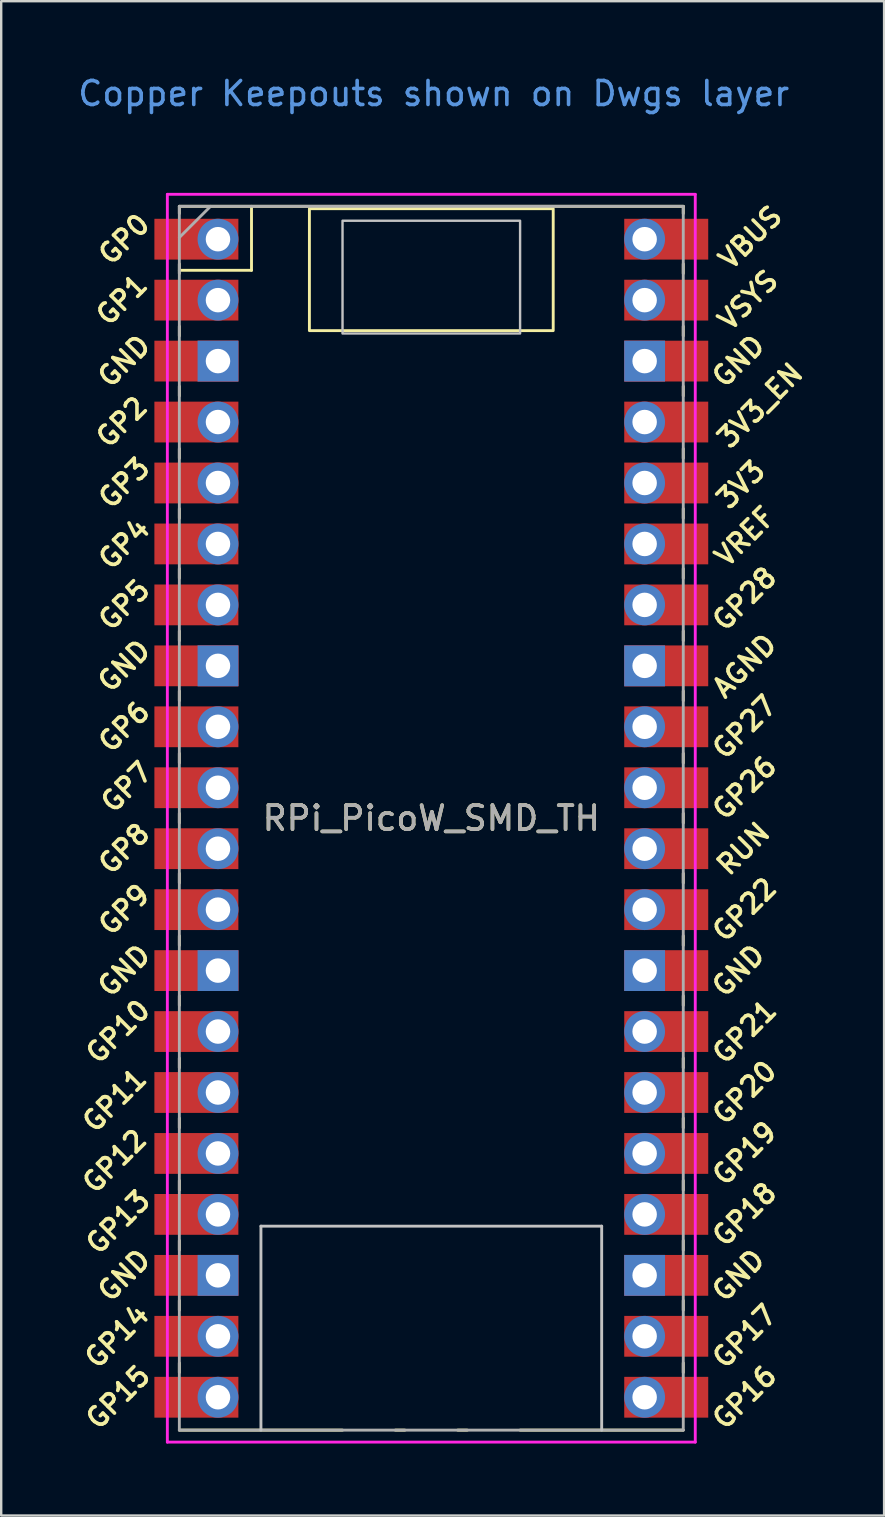
<source format=kicad_pcb>
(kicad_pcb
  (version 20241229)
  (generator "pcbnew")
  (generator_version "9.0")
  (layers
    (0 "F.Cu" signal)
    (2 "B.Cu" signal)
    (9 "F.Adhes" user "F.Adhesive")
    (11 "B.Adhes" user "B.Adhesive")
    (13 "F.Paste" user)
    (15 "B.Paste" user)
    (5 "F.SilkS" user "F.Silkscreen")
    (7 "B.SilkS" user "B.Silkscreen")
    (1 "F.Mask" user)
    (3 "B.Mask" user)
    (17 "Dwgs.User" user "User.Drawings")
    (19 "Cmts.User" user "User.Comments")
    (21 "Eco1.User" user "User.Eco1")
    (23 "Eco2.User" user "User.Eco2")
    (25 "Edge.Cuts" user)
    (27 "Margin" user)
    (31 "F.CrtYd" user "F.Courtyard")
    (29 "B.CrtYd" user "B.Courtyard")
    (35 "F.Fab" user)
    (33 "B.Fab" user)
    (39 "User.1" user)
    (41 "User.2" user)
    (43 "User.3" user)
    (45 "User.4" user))
  (footprint "RPi_PicoW_SMD_TH"
    (layer "F.Cu")
    (at 14.924 31.048)
    (property "Reference" "RPi_PicoW_SMD_TH" (at 0 0 0) (layer "F.SilkS") (effects (font (size 1 1) (thickness 0.15))))
    (attr through_hole)
    (fp_line (start -10.5 -25.5) (end -10.5 -25.2) (stroke (width 0.12) (type solid)) (layer "F.SilkS"))
    (fp_line (start -10.5 -25.5) (end 10.5 -25.5) (stroke (width 0.12) (type solid)) (layer "F.SilkS"))
    (fp_line (start -10.5 -23.1) (end -10.5 -22.7) (stroke (width 0.12) (type solid)) (layer "F.SilkS"))
    (fp_line (start -10.5 -22.833) (end -7.493 -22.833) (stroke (width 0.12) (type solid)) (layer "F.SilkS"))
    (fp_line (start -10.5 -20.5) (end -10.5 -20.1) (stroke (width 0.12) (type solid)) (layer "F.SilkS"))
    (fp_line (start -10.5 -18) (end -10.5 -17.6) (stroke (width 0.12) (type solid)) (layer "F.SilkS"))
    (fp_line (start -10.5 -15.4) (end -10.5 -15) (stroke (width 0.12) (type solid)) (layer "F.SilkS"))
    (fp_line (start -10.5 -12.9) (end -10.5 -12.5) (stroke (width 0.12) (type solid)) (layer "F.SilkS"))
    (fp_line (start -10.5 -10.4) (end -10.5 -10) (stroke (width 0.12) (type solid)) (layer "F.SilkS"))
    (fp_line (start -10.5 -7.8) (end -10.5 -7.4) (stroke (width 0.12) (type solid)) (layer "F.SilkS"))
    (fp_line (start -10.5 -5.3) (end -10.5 -4.9) (stroke (width 0.12) (type solid)) (layer "F.SilkS"))
    (fp_line (start -10.5 -2.7) (end -10.5 -2.3) (stroke (width 0.12) (type solid)) (layer "F.SilkS"))
    (fp_line (start -10.5 -0.2) (end -10.5 0.2) (stroke (width 0.12) (type solid)) (layer "F.SilkS"))
    (fp_line (start -10.5 2.3) (end -10.5 2.7) (stroke (width 0.12) (type solid)) (layer "F.SilkS"))
    (fp_line (start -10.5 4.9) (end -10.5 5.3) (stroke (width 0.12) (type solid)) (layer "F.SilkS"))
    (fp_line (start -10.5 7.4) (end -10.5 7.8) (stroke (width 0.12) (type solid)) (layer "F.SilkS"))
    (fp_line (start -10.5 10) (end -10.5 10.4) (stroke (width 0.12) (type solid)) (layer "F.SilkS"))
    (fp_line (start -10.5 12.5) (end -10.5 12.9) (stroke (width 0.12) (type solid)) (layer "F.SilkS"))
    (fp_line (start -10.5 15.1) (end -10.5 15.5) (stroke (width 0.12) (type solid)) (layer "F.SilkS"))
    (fp_line (start -10.5 17.6) (end -10.5 18) (stroke (width 0.12) (type solid)) (layer "F.SilkS"))
    (fp_line (start -10.5 20.1) (end -10.5 20.5) (stroke (width 0.12) (type solid)) (layer "F.SilkS"))
    (fp_line (start -10.5 22.7) (end -10.5 23.1) (stroke (width 0.12) (type solid)) (layer "F.SilkS"))
    (fp_line (start -7.493 -22.833) (end -7.493 -25.5) (stroke (width 0.12) (type solid)) (layer "F.SilkS"))
    (fp_line (start -3.7 25.5) (end -10.5 25.5) (stroke (width 0.12) (type solid)) (layer "F.SilkS"))
    (fp_line (start -1.5 25.5) (end -1.1 25.5) (stroke (width 0.12) (type solid)) (layer "F.SilkS"))
    (fp_line (start 1.1 25.5) (end 1.5 25.5) (stroke (width 0.12) (type solid)) (layer "F.SilkS"))
    (fp_line (start 10.5 -25.5) (end 10.5 -25.2) (stroke (width 0.12) (type solid)) (layer "F.SilkS"))
    (fp_line (start 10.5 -23.1) (end 10.5 -22.7) (stroke (width 0.12) (type solid)) (layer "F.SilkS"))
    (fp_line (start 10.5 -20.5) (end 10.5 -20.1) (stroke (width 0.12) (type solid)) (layer "F.SilkS"))
    (fp_line (start 10.5 -18) (end 10.5 -17.6) (stroke (width 0.12) (type solid)) (layer "F.SilkS"))
    (fp_line (start 10.5 -15.4) (end 10.5 -15) (stroke (width 0.12) (type solid)) (layer "F.SilkS"))
    (fp_line (start 10.5 -12.9) (end 10.5 -12.5) (stroke (width 0.12) (type solid)) (layer "F.SilkS"))
    (fp_line (start 10.5 -10.4) (end 10.5 -10) (stroke (width 0.12) (type solid)) (layer "F.SilkS"))
    (fp_line (start 10.5 -7.8) (end 10.5 -7.4) (stroke (width 0.12) (type solid)) (layer "F.SilkS"))
    (fp_line (start 10.5 -5.3) (end 10.5 -4.9) (stroke (width 0.12) (type solid)) (layer "F.SilkS"))
    (fp_line (start 10.5 -2.7) (end 10.5 -2.3) (stroke (width 0.12) (type solid)) (layer "F.SilkS"))
    (fp_line (start 10.5 -0.2) (end 10.5 0.2) (stroke (width 0.12) (type solid)) (layer "F.SilkS"))
    (fp_line (start 10.5 2.3) (end 10.5 2.7) (stroke (width 0.12) (type solid)) (layer "F.SilkS"))
    (fp_line (start 10.5 4.9) (end 10.5 5.3) (stroke (width 0.12) (type solid)) (layer "F.SilkS"))
    (fp_line (start 10.5 7.4) (end 10.5 7.8) (stroke (width 0.12) (type solid)) (layer "F.SilkS"))
    (fp_line (start 10.5 10) (end 10.5 10.4) (stroke (width 0.12) (type solid)) (layer "F.SilkS"))
    (fp_line (start 10.5 12.5) (end 10.5 12.9) (stroke (width 0.12) (type solid)) (layer "F.SilkS"))
    (fp_line (start 10.5 15.1) (end 10.5 15.5) (stroke (width 0.12) (type solid)) (layer "F.SilkS"))
    (fp_line (start 10.5 17.6) (end 10.5 18) (stroke (width 0.12) (type solid)) (layer "F.SilkS"))
    (fp_line (start 10.5 20.1) (end 10.5 20.5) (stroke (width 0.12) (type solid)) (layer "F.SilkS"))
    (fp_line (start 10.5 22.7) (end 10.5 23.1) (stroke (width 0.12) (type solid)) (layer "F.SilkS"))
    (fp_line (start 10.5 25.5) (end 3.7 25.5) (stroke (width 0.12) (type solid)) (layer "F.SilkS"))
    (fp_rect (start -5.08 -20.32) (end 5.08 -25.4) (stroke (width 0.12) (type solid)) (fill no) (layer "F.SilkS"))
    (fp_line (start -7.1 17) (end 7.1 17) (stroke (width 0.12) (type solid)) (layer "Dwgs.User"))
    (fp_line (start -7.1 25.5) (end -7.1 17) (stroke (width 0.12) (type solid)) (layer "Dwgs.User"))
    (fp_line (start 7.1 17) (end 7.1 25.5) (stroke (width 0.12) (type solid)) (layer "Dwgs.User"))
    (fp_poly (pts (xy 3.7 -20.2) (xy -3.7 -20.2) (xy -3.7 -24.9) (xy 3.7 -24.9)) (stroke (width 0.1) (type solid)) (fill no) (layer "Dwgs.User"))
    (fp_line (start -11 -26) (end 11 -26) (stroke (width 0.12) (type solid)) (layer "F.CrtYd"))
    (fp_line (start -11 26) (end -11 -26) (stroke (width 0.12) (type solid)) (layer "F.CrtYd"))
    (fp_line (start 11 -26) (end 11 26) (stroke (width 0.12) (type solid)) (layer "F.CrtYd"))
    (fp_line (start 11 26) (end -11 26) (stroke (width 0.12) (type solid)) (layer "F.CrtYd"))
    (fp_line (start -10.5 -25.5) (end 10.5 -25.5) (stroke (width 0.12) (type solid)) (layer "F.Fab"))
    (fp_line (start -10.5 -24.2) (end -9.2 -25.5) (stroke (width 0.12) (type solid)) (layer "F.Fab"))
    (fp_line (start -10.5 25.5) (end -10.5 -25.5) (stroke (width 0.12) (type solid)) (layer "F.Fab"))
    (fp_line (start 10.5 -25.5) (end 10.5 25.5) (stroke (width 0.12) (type solid)) (layer "F.Fab"))
    (fp_line (start 10.5 25.5) (end -10.5 25.5) (stroke (width 0.12) (type solid)) (layer "F.Fab"))
    (fp_text user "GP17" (at 13.054 21.59 45) (layer "F.SilkS") (effects (font (size 0.8 0.8) (thickness 0.15))))
    (fp_text user "GP7" (at -12.7 -1.3 45) (layer "F.SilkS") (effects (font (size 0.8 0.8) (thickness 0.15))))
    (fp_text user "GP0" (at -12.8 -24.13 45) (layer "F.SilkS") (effects (font (size 0.8 0.8) (thickness 0.15))))
    (fp_text user "GP26" (at 13.054 -1.27 45) (layer "F.SilkS") (effects (font (size 0.8 0.8) (thickness 0.15))))
    (fp_text user "GP6" (at -12.8 -3.81 45) (layer "F.SilkS") (effects (font (size 0.8 0.8) (thickness 0.15))))
    (fp_text user "GP27" (at 13.054 -3.8 45) (layer "F.SilkS") (effects (font (size 0.8 0.8) (thickness 0.15))))
    (fp_text user "VREF" (at 13.068 -11.742 45) (layer "F.SilkS") (effects (font (size 0.8 0.8) (thickness 0.15))))
    (fp_text user "GND" (at -12.8 -19.05 45) (layer "F.SilkS") (effects (font (size 0.8 0.8) (thickness 0.15))))
    (fp_text user "GND" (at -12.8 -6.35 45) (layer "F.SilkS") (effects (font (size 0.8 0.8) (thickness 0.15))))
    (fp_text user "GND" (at 12.8 -19.05 45) (layer "F.SilkS") (effects (font (size 0.8 0.8) (thickness 0.15))))
    (fp_text user "GP12" (at -13.2 14.293 45) (layer "F.SilkS") (effects (font (size 0.8 0.8) (thickness 0.15))))
    (fp_text user "GP22" (at 13.054 3.81 45) (layer "F.SilkS") (effects (font (size 0.8 0.8) (thickness 0.15))))
    (fp_text user "GP18" (at 13.054 16.51 45) (layer "F.SilkS") (effects (font (size 0.8 0.8) (thickness 0.15))))
    (fp_text user "VSYS" (at 13.2 -21.59 45) (layer "F.SilkS") (effects (font (size 0.8 0.8) (thickness 0.15))))
    (fp_text user "GND" (at -12.8 6.35 45) (layer "F.SilkS") (effects (font (size 0.8 0.8) (thickness 0.15))))
    (fp_text user "AGND" (at 13.054 -6.35 45) (layer "F.SilkS") (effects (font (size 0.8 0.8) (thickness 0.15))))
    (fp_text user "GP4" (at -12.8 -11.43 45) (layer "F.SilkS") (effects (font (size 0.8 0.8) (thickness 0.15))))
    (fp_text user "VBUS" (at 13.3 -24.2 45) (layer "F.SilkS") (effects (font (size 0.8 0.8) (thickness 0.15))))
    (fp_text user "GP15" (at -13.054 24.13 45) (layer "F.SilkS") (effects (font (size 0.8 0.8) (thickness 0.15))))
    (fp_text user "GND" (at 12.8 6.35 45) (layer "F.SilkS") (effects (font (size 0.8 0.8) (thickness 0.15))))
    (fp_text user "GP20" (at 13.054 11.43 45) (layer "F.SilkS") (effects (font (size 0.8 0.8) (thickness 0.15))))
    (fp_text user "GP5" (at -12.8 -8.89 45) (layer "F.SilkS") (effects (font (size 0.8 0.8) (thickness 0.15))))
    (fp_text user "3V3_EN" (at 13.7 -17.2 45) (layer "F.SilkS") (effects (font (size 0.8 0.8) (thickness 0.15))))
    (fp_text user "GP10" (at -13.054 8.89 45) (layer "F.SilkS") (effects (font (size 0.8 0.8) (thickness 0.15))))
    (fp_text user "GP8" (at -12.8 1.27 45) (layer "F.SilkS") (effects (font (size 0.8 0.8) (thickness 0.15))))
    (fp_text user "GP9" (at -12.8 3.81 45) (layer "F.SilkS") (effects (font (size 0.8 0.8) (thickness 0.15))))
    (fp_text user "RUN" (at 13 1.27 45) (layer "F.SilkS") (effects (font (size 0.8 0.8) (thickness 0.15))))
    (fp_text user "GP21" (at 13.054 8.9 45) (layer "F.SilkS") (effects (font (size 0.8 0.8) (thickness 0.15))))
    (fp_text user "GP2" (at -12.9 -16.51 45) (layer "F.SilkS") (effects (font (size 0.8 0.8) (thickness 0.15))))
    (fp_text user "GP16" (at 13.054 24.13 45) (layer "F.SilkS") (effects (font (size 0.8 0.8) (thickness 0.15))))
    (fp_text user "GP11" (at -13.2 11.752 45) (layer "F.SilkS") (effects (font (size 0.8 0.8) (thickness 0.15))))
    (fp_text user "GP14" (at -13.1 21.59 45) (layer "F.SilkS") (effects (font (size 0.8 0.8) (thickness 0.15))))
    (fp_text user "GP28" (at 13.054 -9.144 45) (layer "F.SilkS") (effects (font (size 0.8 0.8) (thickness 0.15))))
    (fp_text user "3V3" (at 12.9 -13.9 45) (layer "F.SilkS") (effects (font (size 0.8 0.8) (thickness 0.15))))
    (fp_text user "GP19" (at 13.054 13.97 45) (layer "F.SilkS") (effects (font (size 0.8 0.8) (thickness 0.15))))
    (fp_text user "GND" (at -12.8 19.05 45) (layer "F.SilkS") (effects (font (size 0.8 0.8) (thickness 0.15))))
    (fp_text user "GP1" (at -12.9 -21.6 45) (layer "F.SilkS") (effects (font (size 0.8 0.8) (thickness 0.15))))
    (fp_text user "GND" (at 12.8 19.05 45) (layer "F.SilkS") (effects (font (size 0.8 0.8) (thickness 0.15))))
    (fp_text user "GP3" (at -12.8 -13.97 45) (layer "F.SilkS") (effects (font (size 0.8 0.8) (thickness 0.15))))
    (fp_text user "GP13" (at -13.054 16.832 45) (layer "F.SilkS") (effects (font (size 0.8 0.8) (thickness 0.15))))
    (fp_text user "Copper Keepouts shown on Dwgs layer" (at 0.1 -30.2 0) (layer "Cmts.User") (effects (font (size 1 1) (thickness 0.15))))
    (fp_text user "${REFERENCE}" (at 0 0 180) (layer "F.Fab") (effects (font (size 1 1) (thickness 0.15))))
    (pad "1" thru_hole oval (at -8.89 -24.13) (size 1.7 1.7) (drill 1.02) (layers "*.Cu" "*.Mask"))
    (pad "1" smd rect (at -8.89 -24.13) (size 3.5 1.7) (drill (offset -0.9 0)) (layers "F.Cu" "F.Mask"))
    (pad "2" thru_hole oval (at -8.89 -21.59) (size 1.7 1.7) (drill 1.02) (layers "*.Cu" "*.Mask"))
    (pad "2" smd rect (at -8.89 -21.59) (size 3.5 1.7) (drill (offset -0.9 0)) (layers "F.Cu" "F.Mask"))
    (pad "3" thru_hole rect (at -8.89 -19.05) (size 1.7 1.7) (drill 1.02) (layers "*.Cu" "*.Mask"))
    (pad "3" smd rect (at -8.89 -19.05) (size 3.5 1.7) (drill (offset -0.9 0)) (layers "F.Cu" "F.Mask"))
    (pad "4" thru_hole oval (at -8.89 -16.51) (size 1.7 1.7) (drill 1.02) (layers "*.Cu" "*.Mask"))
    (pad "4" smd rect (at -8.89 -16.51) (size 3.5 1.7) (drill (offset -0.9 0)) (layers "F.Cu" "F.Mask"))
    (pad "5" thru_hole oval (at -8.89 -13.97) (size 1.7 1.7) (drill 1.02) (layers "*.Cu" "*.Mask"))
    (pad "5" smd rect (at -8.89 -13.97) (size 3.5 1.7) (drill (offset -0.9 0)) (layers "F.Cu" "F.Mask"))
    (pad "6" thru_hole oval (at -8.89 -11.43) (size 1.7 1.7) (drill 1.02) (layers "*.Cu" "*.Mask"))
    (pad "6" smd rect (at -8.89 -11.43) (size 3.5 1.7) (drill (offset -0.9 0)) (layers "F.Cu" "F.Mask"))
    (pad "7" thru_hole oval (at -8.89 -8.89) (size 1.7 1.7) (drill 1.02) (layers "*.Cu" "*.Mask"))
    (pad "7" smd rect (at -8.89 -8.89) (size 3.5 1.7) (drill (offset -0.9 0)) (layers "F.Cu" "F.Mask"))
    (pad "8" thru_hole rect (at -8.89 -6.35) (size 1.7 1.7) (drill 1.02) (layers "*.Cu" "*.Mask"))
    (pad "8" smd rect (at -8.89 -6.35) (size 3.5 1.7) (drill (offset -0.9 0)) (layers "F.Cu" "F.Mask"))
    (pad "9" thru_hole oval (at -8.89 -3.81) (size 1.7 1.7) (drill 1.02) (layers "*.Cu" "*.Mask"))
    (pad "9" smd rect (at -8.89 -3.81) (size 3.5 1.7) (drill (offset -0.9 0)) (layers "F.Cu" "F.Mask"))
    (pad "10" thru_hole oval (at -8.89 -1.27) (size 1.7 1.7) (drill 1.02) (layers "*.Cu" "*.Mask"))
    (pad "10" smd rect (at -8.89 -1.27) (size 3.5 1.7) (drill (offset -0.9 0)) (layers "F.Cu" "F.Mask"))
    (pad "11" thru_hole oval (at -8.89 1.27) (size 1.7 1.7) (drill 1.02) (layers "*.Cu" "*.Mask"))
    (pad "11" smd rect (at -8.89 1.27) (size 3.5 1.7) (drill (offset -0.9 0)) (layers "F.Cu" "F.Mask"))
    (pad "12" thru_hole oval (at -8.89 3.81) (size 1.7 1.7) (drill 1.02) (layers "*.Cu" "*.Mask"))
    (pad "12" smd rect (at -8.89 3.81) (size 3.5 1.7) (drill (offset -0.9 0)) (layers "F.Cu" "F.Mask"))
    (pad "13" thru_hole rect (at -8.89 6.35) (size 1.7 1.7) (drill 1.02) (layers "*.Cu" "*.Mask"))
    (pad "13" smd rect (at -8.89 6.35) (size 3.5 1.7) (drill (offset -0.9 0)) (layers "F.Cu" "F.Mask"))
    (pad "14" thru_hole oval (at -8.89 8.89) (size 1.7 1.7) (drill 1.02) (layers "*.Cu" "*.Mask"))
    (pad "14" smd rect (at -8.89 8.89) (size 3.5 1.7) (drill (offset -0.9 0)) (layers "F.Cu" "F.Mask"))
    (pad "15" thru_hole oval (at -8.89 11.43) (size 1.7 1.7) (drill 1.02) (layers "*.Cu" "*.Mask"))
    (pad "15" smd rect (at -8.89 11.43) (size 3.5 1.7) (drill (offset -0.9 0)) (layers "F.Cu" "F.Mask"))
    (pad "16" thru_hole oval (at -8.89 13.97) (size 1.7 1.7) (drill 1.02) (layers "*.Cu" "*.Mask"))
    (pad "16" smd rect (at -8.89 13.97) (size 3.5 1.7) (drill (offset -0.9 0)) (layers "F.Cu" "F.Mask"))
    (pad "17" thru_hole oval (at -8.89 16.51) (size 1.7 1.7) (drill 1.02) (layers "*.Cu" "*.Mask"))
    (pad "17" smd rect (at -8.89 16.51) (size 3.5 1.7) (drill (offset -0.9 0)) (layers "F.Cu" "F.Mask"))
    (pad "18" thru_hole rect (at -8.89 19.05) (size 1.7 1.7) (drill 1.02) (layers "*.Cu" "*.Mask"))
    (pad "18" smd rect (at -8.89 19.05) (size 3.5 1.7) (drill (offset -0.9 0)) (layers "F.Cu" "F.Mask"))
    (pad "19" thru_hole oval (at -8.89 21.59) (size 1.7 1.7) (drill 1.02) (layers "*.Cu" "*.Mask"))
    (pad "19" smd rect (at -8.89 21.59) (size 3.5 1.7) (drill (offset -0.9 0)) (layers "F.Cu" "F.Mask"))
    (pad "20" thru_hole oval (at -8.89 24.13) (size 1.7 1.7) (drill 1.02) (layers "*.Cu" "*.Mask"))
    (pad "20" smd rect (at -8.89 24.13) (size 3.5 1.7) (drill (offset -0.9 0)) (layers "F.Cu" "F.Mask"))
    (pad "21" thru_hole oval (at 8.89 24.13) (size 1.7 1.7) (drill 1.02) (layers "*.Cu" "*.Mask"))
    (pad "21" smd rect (at 8.89 24.13) (size 3.5 1.7) (drill (offset 0.9 0)) (layers "F.Cu" "F.Mask"))
    (pad "22" thru_hole oval (at 8.89 21.59) (size 1.7 1.7) (drill 1.02) (layers "*.Cu" "*.Mask"))
    (pad "22" smd rect (at 8.89 21.59) (size 3.5 1.7) (drill (offset 0.9 0)) (layers "F.Cu" "F.Mask"))
    (pad "23" thru_hole rect (at 8.89 19.05) (size 1.7 1.7) (drill 1.02) (layers "*.Cu" "*.Mask"))
    (pad "23" smd rect (at 8.89 19.05) (size 3.5 1.7) (drill (offset 0.9 0)) (layers "F.Cu" "F.Mask"))
    (pad "24" thru_hole oval (at 8.89 16.51) (size 1.7 1.7) (drill 1.02) (layers "*.Cu" "*.Mask"))
    (pad "24" smd rect (at 8.89 16.51) (size 3.5 1.7) (drill (offset 0.9 0)) (layers "F.Cu" "F.Mask"))
    (pad "25" thru_hole oval (at 8.89 13.97) (size 1.7 1.7) (drill 1.02) (layers "*.Cu" "*.Mask"))
    (pad "25" smd rect (at 8.89 13.97) (size 3.5 1.7) (drill (offset 0.9 0)) (layers "F.Cu" "F.Mask"))
    (pad "26" thru_hole oval (at 8.89 11.43) (size 1.7 1.7) (drill 1.02) (layers "*.Cu" "*.Mask"))
    (pad "26" smd rect (at 8.89 11.43) (size 3.5 1.7) (drill (offset 0.9 0)) (layers "F.Cu" "F.Mask"))
    (pad "27" thru_hole oval (at 8.89 8.89) (size 1.7 1.7) (drill 1.02) (layers "*.Cu" "*.Mask"))
    (pad "27" smd rect (at 8.89 8.89) (size 3.5 1.7) (drill (offset 0.9 0)) (layers "F.Cu" "F.Mask"))
    (pad "28" thru_hole rect (at 8.89 6.35) (size 1.7 1.7) (drill 1.02) (layers "*.Cu" "*.Mask"))
    (pad "28" smd rect (at 8.89 6.35) (size 3.5 1.7) (drill (offset 0.9 0)) (layers "F.Cu" "F.Mask"))
    (pad "29" thru_hole oval (at 8.89 3.81) (size 1.7 1.7) (drill 1.02) (layers "*.Cu" "*.Mask"))
    (pad "29" smd rect (at 8.89 3.81) (size 3.5 1.7) (drill (offset 0.9 0)) (layers "F.Cu" "F.Mask"))
    (pad "30" thru_hole oval (at 8.89 1.27) (size 1.7 1.7) (drill 1.02) (layers "*.Cu" "*.Mask"))
    (pad "30" smd rect (at 8.89 1.27) (size 3.5 1.7) (drill (offset 0.9 0)) (layers "F.Cu" "F.Mask"))
    (pad "31" thru_hole oval (at 8.89 -1.27) (size 1.7 1.7) (drill 1.02) (layers "*.Cu" "*.Mask"))
    (pad "31" smd rect (at 8.89 -1.27) (size 3.5 1.7) (drill (offset 0.9 0)) (layers "F.Cu" "F.Mask"))
    (pad "32" thru_hole oval (at 8.89 -3.81) (size 1.7 1.7) (drill 1.02) (layers "*.Cu" "*.Mask"))
    (pad "32" smd rect (at 8.89 -3.81) (size 3.5 1.7) (drill (offset 0.9 0)) (layers "F.Cu" "F.Mask"))
    (pad "33" thru_hole rect (at 8.89 -6.35) (size 1.7 1.7) (drill 1.02) (layers "*.Cu" "*.Mask"))
    (pad "33" smd rect (at 8.89 -6.35) (size 3.5 1.7) (drill (offset 0.9 0)) (layers "F.Cu" "F.Mask"))
    (pad "34" thru_hole oval (at 8.89 -8.89) (size 1.7 1.7) (drill 1.02) (layers "*.Cu" "*.Mask"))
    (pad "34" smd rect (at 8.89 -8.89) (size 3.5 1.7) (drill (offset 0.9 0)) (layers "F.Cu" "F.Mask"))
    (pad "35" thru_hole oval (at 8.89 -11.43) (size 1.7 1.7) (drill 1.02) (layers "*.Cu" "*.Mask"))
    (pad "35" smd rect (at 8.89 -11.43) (size 3.5 1.7) (drill (offset 0.9 0)) (layers "F.Cu" "F.Mask"))
    (pad "36" thru_hole oval (at 8.89 -13.97) (size 1.7 1.7) (drill 1.02) (layers "*.Cu" "*.Mask"))
    (pad "36" smd rect (at 8.89 -13.97) (size 3.5 1.7) (drill (offset 0.9 0)) (layers "F.Cu" "F.Mask"))
    (pad "37" thru_hole oval (at 8.89 -16.51) (size 1.7 1.7) (drill 1.02) (layers "*.Cu" "*.Mask"))
    (pad "37" smd rect (at 8.89 -16.51) (size 3.5 1.7) (drill (offset 0.9 0)) (layers "F.Cu" "F.Mask"))
    (pad "38" thru_hole rect (at 8.89 -19.05) (size 1.7 1.7) (drill 1.02) (layers "*.Cu" "*.Mask"))
    (pad "38" smd rect (at 8.89 -19.05) (size 3.5 1.7) (drill (offset 0.9 0)) (layers "F.Cu" "F.Mask"))
    (pad "39" thru_hole oval (at 8.89 -21.59) (size 1.7 1.7) (drill 1.02) (layers "*.Cu" "*.Mask"))
    (pad "39" smd rect (at 8.89 -21.59) (size 3.5 1.7) (drill (offset 0.9 0)) (layers "F.Cu" "F.Mask"))
    (pad "40" thru_hole oval (at 8.89 -24.13) (size 1.7 1.7) (drill 1.02) (layers "*.Cu" "*.Mask"))
    (pad "40" smd rect (at 8.89 -24.13) (size 3.5 1.7) (drill (offset 0.9 0)) (layers "F.Cu" "F.Mask")))
  (gr_rect
    (start -3 -3)
    (end 33.793 60.108)
    (stroke (width 0.1) (type default))
    (fill no)
    (layer "Edge.Cuts")))
</source>
